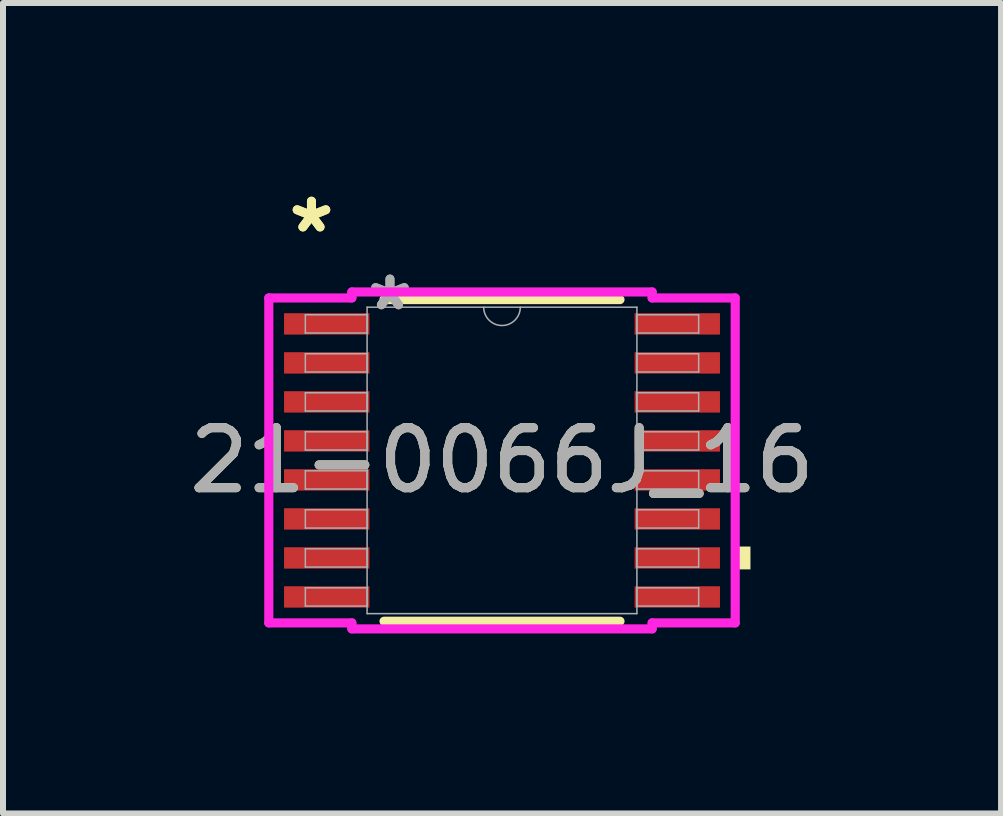
<source format=kicad_pcb>
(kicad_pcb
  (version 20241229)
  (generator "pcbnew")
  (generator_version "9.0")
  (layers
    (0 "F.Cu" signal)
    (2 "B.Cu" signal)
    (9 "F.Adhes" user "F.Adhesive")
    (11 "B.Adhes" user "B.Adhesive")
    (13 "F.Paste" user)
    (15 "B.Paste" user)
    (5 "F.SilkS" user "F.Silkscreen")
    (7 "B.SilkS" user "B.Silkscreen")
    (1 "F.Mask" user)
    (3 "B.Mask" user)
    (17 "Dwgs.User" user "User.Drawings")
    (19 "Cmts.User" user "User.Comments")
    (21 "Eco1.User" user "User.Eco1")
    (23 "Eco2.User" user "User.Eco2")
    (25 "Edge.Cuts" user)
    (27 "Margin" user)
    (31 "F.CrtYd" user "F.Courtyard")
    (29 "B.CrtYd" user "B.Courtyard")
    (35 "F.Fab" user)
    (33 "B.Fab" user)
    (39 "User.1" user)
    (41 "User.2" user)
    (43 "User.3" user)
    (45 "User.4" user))
  (footprint "21-0066J_16"
    (layer "F.Cu")
    (at 5.315 4.622)
    (property "Reference" "21-0066J_16" (at 0 0 0) (unlocked yes) (layer "F.SilkS") (effects (font (size 1 1) (thickness 0.15))))
    (attr smd)
    (fp_line (start -1.966 2.68) (end 1.966 2.68) (stroke (width 0.152) (type solid)) (layer "F.SilkS"))
    (fp_line (start 1.966 -2.68) (end -1.966 -2.68) (stroke (width 0.152) (type solid)) (layer "F.SilkS"))
    (fp_poly (pts (xy 4.14 1.435) (xy 4.14 1.816) (xy 3.886 1.816) (xy 3.886 1.435)) (stroke (width 0) (type solid)) (fill yes) (layer "F.SilkS"))
    (fp_line (start -3.886 -2.707) (end -2.502 -2.707) (stroke (width 0.152) (type solid)) (layer "F.CrtYd"))
    (fp_line (start -3.886 2.707) (end -3.886 -2.707) (stroke (width 0.152) (type solid)) (layer "F.CrtYd"))
    (fp_line (start -3.886 2.707) (end -2.502 2.707) (stroke (width 0.152) (type solid)) (layer "F.CrtYd"))
    (fp_line (start -2.502 -2.807) (end 2.502 -2.807) (stroke (width 0.152) (type solid)) (layer "F.CrtYd"))
    (fp_line (start -2.502 -2.707) (end -2.502 -2.807) (stroke (width 0.152) (type solid)) (layer "F.CrtYd"))
    (fp_line (start -2.502 2.807) (end -2.502 2.707) (stroke (width 0.152) (type solid)) (layer "F.CrtYd"))
    (fp_line (start 2.502 -2.807) (end 2.502 -2.707) (stroke (width 0.152) (type solid)) (layer "F.CrtYd"))
    (fp_line (start 2.502 2.707) (end 2.502 2.807) (stroke (width 0.152) (type solid)) (layer "F.CrtYd"))
    (fp_line (start 2.502 2.807) (end -2.502 2.807) (stroke (width 0.152) (type solid)) (layer "F.CrtYd"))
    (fp_line (start 3.886 -2.707) (end 2.502 -2.707) (stroke (width 0.152) (type solid)) (layer "F.CrtYd"))
    (fp_line (start 3.886 -2.707) (end 3.886 2.707) (stroke (width 0.152) (type solid)) (layer "F.CrtYd"))
    (fp_line (start 3.886 2.707) (end 2.502 2.707) (stroke (width 0.152) (type solid)) (layer "F.CrtYd"))
    (fp_line (start -3.277 -2.427) (end -3.277 -2.123) (stroke (width 0.025) (type solid)) (layer "F.Fab"))
    (fp_line (start -3.277 -2.123) (end -2.248 -2.123) (stroke (width 0.025) (type solid)) (layer "F.Fab"))
    (fp_line (start -3.277 -1.777) (end -3.277 -1.473) (stroke (width 0.025) (type solid)) (layer "F.Fab"))
    (fp_line (start -3.277 -1.473) (end -2.248 -1.473) (stroke (width 0.025) (type solid)) (layer "F.Fab"))
    (fp_line (start -3.277 -1.127) (end -3.277 -0.823) (stroke (width 0.025) (type solid)) (layer "F.Fab"))
    (fp_line (start -3.277 -0.823) (end -2.248 -0.823) (stroke (width 0.025) (type solid)) (layer "F.Fab"))
    (fp_line (start -3.277 -0.477) (end -3.277 -0.173) (stroke (width 0.025) (type solid)) (layer "F.Fab"))
    (fp_line (start -3.277 -0.173) (end -2.248 -0.173) (stroke (width 0.025) (type solid)) (layer "F.Fab"))
    (fp_line (start -3.277 0.173) (end -3.277 0.477) (stroke (width 0.025) (type solid)) (layer "F.Fab"))
    (fp_line (start -3.277 0.477) (end -2.248 0.477) (stroke (width 0.025) (type solid)) (layer "F.Fab"))
    (fp_line (start -3.277 0.823) (end -3.277 1.127) (stroke (width 0.025) (type solid)) (layer "F.Fab"))
    (fp_line (start -3.277 1.127) (end -2.248 1.127) (stroke (width 0.025) (type solid)) (layer "F.Fab"))
    (fp_line (start -3.277 1.473) (end -3.277 1.777) (stroke (width 0.025) (type solid)) (layer "F.Fab"))
    (fp_line (start -3.277 1.777) (end -2.248 1.777) (stroke (width 0.025) (type solid)) (layer "F.Fab"))
    (fp_line (start -3.277 2.123) (end -3.277 2.427) (stroke (width 0.025) (type solid)) (layer "F.Fab"))
    (fp_line (start -3.277 2.427) (end -2.248 2.427) (stroke (width 0.025) (type solid)) (layer "F.Fab"))
    (fp_line (start -2.248 -2.553) (end -2.248 2.553) (stroke (width 0.025) (type solid)) (layer "F.Fab"))
    (fp_line (start -2.248 -2.427) (end -3.277 -2.427) (stroke (width 0.025) (type solid)) (layer "F.Fab"))
    (fp_line (start -2.248 -2.123) (end -2.248 -2.427) (stroke (width 0.025) (type solid)) (layer "F.Fab"))
    (fp_line (start -2.248 -1.777) (end -3.277 -1.777) (stroke (width 0.025) (type solid)) (layer "F.Fab"))
    (fp_line (start -2.248 -1.473) (end -2.248 -1.777) (stroke (width 0.025) (type solid)) (layer "F.Fab"))
    (fp_line (start -2.248 -1.127) (end -3.277 -1.127) (stroke (width 0.025) (type solid)) (layer "F.Fab"))
    (fp_line (start -2.248 -0.823) (end -2.248 -1.127) (stroke (width 0.025) (type solid)) (layer "F.Fab"))
    (fp_line (start -2.248 -0.477) (end -3.277 -0.477) (stroke (width 0.025) (type solid)) (layer "F.Fab"))
    (fp_line (start -2.248 -0.173) (end -2.248 -0.477) (stroke (width 0.025) (type solid)) (layer "F.Fab"))
    (fp_line (start -2.248 0.173) (end -3.277 0.173) (stroke (width 0.025) (type solid)) (layer "F.Fab"))
    (fp_line (start -2.248 0.477) (end -2.248 0.173) (stroke (width 0.025) (type solid)) (layer "F.Fab"))
    (fp_line (start -2.248 0.823) (end -3.277 0.823) (stroke (width 0.025) (type solid)) (layer "F.Fab"))
    (fp_line (start -2.248 1.127) (end -2.248 0.823) (stroke (width 0.025) (type solid)) (layer "F.Fab"))
    (fp_line (start -2.248 1.473) (end -3.277 1.473) (stroke (width 0.025) (type solid)) (layer "F.Fab"))
    (fp_line (start -2.248 1.777) (end -2.248 1.473) (stroke (width 0.025) (type solid)) (layer "F.Fab"))
    (fp_line (start -2.248 2.123) (end -3.277 2.123) (stroke (width 0.025) (type solid)) (layer "F.Fab"))
    (fp_line (start -2.248 2.427) (end -2.248 2.123) (stroke (width 0.025) (type solid)) (layer "F.Fab"))
    (fp_line (start -2.248 2.553) (end 2.248 2.553) (stroke (width 0.025) (type solid)) (layer "F.Fab"))
    (fp_line (start 2.248 -2.553) (end -2.248 -2.553) (stroke (width 0.025) (type solid)) (layer "F.Fab"))
    (fp_line (start 2.248 -2.427) (end 2.248 -2.123) (stroke (width 0.025) (type solid)) (layer "F.Fab"))
    (fp_line (start 2.248 -2.123) (end 3.277 -2.123) (stroke (width 0.025) (type solid)) (layer "F.Fab"))
    (fp_line (start 2.248 -1.777) (end 2.248 -1.473) (stroke (width 0.025) (type solid)) (layer "F.Fab"))
    (fp_line (start 2.248 -1.473) (end 3.277 -1.473) (stroke (width 0.025) (type solid)) (layer "F.Fab"))
    (fp_line (start 2.248 -1.127) (end 2.248 -0.823) (stroke (width 0.025) (type solid)) (layer "F.Fab"))
    (fp_line (start 2.248 -0.823) (end 3.277 -0.823) (stroke (width 0.025) (type solid)) (layer "F.Fab"))
    (fp_line (start 2.248 -0.477) (end 2.248 -0.173) (stroke (width 0.025) (type solid)) (layer "F.Fab"))
    (fp_line (start 2.248 -0.173) (end 3.277 -0.173) (stroke (width 0.025) (type solid)) (layer "F.Fab"))
    (fp_line (start 2.248 0.173) (end 2.248 0.477) (stroke (width 0.025) (type solid)) (layer "F.Fab"))
    (fp_line (start 2.248 0.477) (end 3.277 0.477) (stroke (width 0.025) (type solid)) (layer "F.Fab"))
    (fp_line (start 2.248 0.823) (end 2.248 1.127) (stroke (width 0.025) (type solid)) (layer "F.Fab"))
    (fp_line (start 2.248 1.127) (end 3.277 1.127) (stroke (width 0.025) (type solid)) (layer "F.Fab"))
    (fp_line (start 2.248 1.473) (end 2.248 1.777) (stroke (width 0.025) (type solid)) (layer "F.Fab"))
    (fp_line (start 2.248 1.777) (end 3.277 1.777) (stroke (width 0.025) (type solid)) (layer "F.Fab"))
    (fp_line (start 2.248 2.123) (end 2.248 2.427) (stroke (width 0.025) (type solid)) (layer "F.Fab"))
    (fp_line (start 2.248 2.427) (end 3.277 2.427) (stroke (width 0.025) (type solid)) (layer "F.Fab"))
    (fp_line (start 2.248 2.553) (end 2.248 -2.553) (stroke (width 0.025) (type solid)) (layer "F.Fab"))
    (fp_line (start 3.277 -2.427) (end 2.248 -2.427) (stroke (width 0.025) (type solid)) (layer "F.Fab"))
    (fp_line (start 3.277 -2.123) (end 3.277 -2.427) (stroke (width 0.025) (type solid)) (layer "F.Fab"))
    (fp_line (start 3.277 -1.777) (end 2.248 -1.777) (stroke (width 0.025) (type solid)) (layer "F.Fab"))
    (fp_line (start 3.277 -1.473) (end 3.277 -1.777) (stroke (width 0.025) (type solid)) (layer "F.Fab"))
    (fp_line (start 3.277 -1.127) (end 2.248 -1.127) (stroke (width 0.025) (type solid)) (layer "F.Fab"))
    (fp_line (start 3.277 -0.823) (end 3.277 -1.127) (stroke (width 0.025) (type solid)) (layer "F.Fab"))
    (fp_line (start 3.277 -0.477) (end 2.248 -0.477) (stroke (width 0.025) (type solid)) (layer "F.Fab"))
    (fp_line (start 3.277 -0.173) (end 3.277 -0.477) (stroke (width 0.025) (type solid)) (layer "F.Fab"))
    (fp_line (start 3.277 0.173) (end 2.248 0.173) (stroke (width 0.025) (type solid)) (layer "F.Fab"))
    (fp_line (start 3.277 0.477) (end 3.277 0.173) (stroke (width 0.025) (type solid)) (layer "F.Fab"))
    (fp_line (start 3.277 0.823) (end 2.248 0.823) (stroke (width 0.025) (type solid)) (layer "F.Fab"))
    (fp_line (start 3.277 1.127) (end 3.277 0.823) (stroke (width 0.025) (type solid)) (layer "F.Fab"))
    (fp_line (start 3.277 1.473) (end 2.248 1.473) (stroke (width 0.025) (type solid)) (layer "F.Fab"))
    (fp_line (start 3.277 1.777) (end 3.277 1.473) (stroke (width 0.025) (type solid)) (layer "F.Fab"))
    (fp_line (start 3.277 2.123) (end 2.248 2.123) (stroke (width 0.025) (type solid)) (layer "F.Fab"))
    (fp_line (start 3.277 2.427) (end 3.277 2.123) (stroke (width 0.025) (type solid)) (layer "F.Fab"))
    (fp_arc (start 0.3048 -2.5527) (mid 0 -2.2479) (end -0.3048 -2.5527) (stroke (width 0.0254) (type solid)) (layer "F.Fab"))
    (fp_text user "*" (at -3.175 -3.774 0) (layer "F.SilkS") (effects (font (size 1 1) (thickness 0.15))))
    (fp_text user "*" (at -3.175 -3.774 0) (unlocked yes) (layer "F.SilkS") (effects (font (size 1 1) (thickness 0.15))))
    (fp_text user "*" (at -1.867 -2.477 0) (unlocked yes) (layer "F.Fab") (effects (font (size 1 1) (thickness 0.15))))
    (fp_text user "*" (at -1.867 -2.477 0) (layer "F.Fab") (effects (font (size 1 1) (thickness 0.15))))
    (fp_text user "${REFERENCE}" (at 0 0 0) (unlocked yes) (layer "F.Fab") (effects (font (size 1 1) (thickness 0.15))))
    (pad "1" smd rect (at -2.921 -2.275) (size 1.422 0.356) (layers "F.Cu" "F.Mask" "F.Paste"))
    (pad "2" smd rect (at -2.921 -1.625) (size 1.422 0.356) (layers "F.Cu" "F.Mask" "F.Paste"))
    (pad "3" smd rect (at -2.921 -0.975) (size 1.422 0.356) (layers "F.Cu" "F.Mask" "F.Paste"))
    (pad "4" smd rect (at -2.921 -0.325) (size 1.422 0.356) (layers "F.Cu" "F.Mask" "F.Paste"))
    (pad "5" smd rect (at -2.921 0.325) (size 1.422 0.356) (layers "F.Cu" "F.Mask" "F.Paste"))
    (pad "6" smd rect (at -2.921 0.975) (size 1.422 0.356) (layers "F.Cu" "F.Mask" "F.Paste"))
    (pad "7" smd rect (at -2.921 1.625) (size 1.422 0.356) (layers "F.Cu" "F.Mask" "F.Paste"))
    (pad "8" smd rect (at -2.921 2.275) (size 1.422 0.356) (layers "F.Cu" "F.Mask" "F.Paste"))
    (pad "9" smd rect (at 2.921 2.275) (size 1.422 0.356) (layers "F.Cu" "F.Mask" "F.Paste"))
    (pad "10" smd rect (at 2.921 1.625) (size 1.422 0.356) (layers "F.Cu" "F.Mask" "F.Paste"))
    (pad "11" smd rect (at 2.921 0.975) (size 1.422 0.356) (layers "F.Cu" "F.Mask" "F.Paste"))
    (pad "12" smd rect (at 2.921 0.325) (size 1.422 0.356) (layers "F.Cu" "F.Mask" "F.Paste"))
    (pad "13" smd rect (at 2.921 -0.325) (size 1.422 0.356) (layers "F.Cu" "F.Mask" "F.Paste"))
    (pad "14" smd rect (at 2.921 -0.975) (size 1.422 0.356) (layers "F.Cu" "F.Mask" "F.Paste"))
    (pad "15" smd rect (at 2.921 -1.625) (size 1.422 0.356) (layers "F.Cu" "F.Mask" "F.Paste"))
    (pad "16" smd rect (at 2.921 -2.275) (size 1.422 0.356) (layers "F.Cu" "F.Mask" "F.Paste")))
  (gr_rect
    (start -3 -3)
    (end 13.631 10.505)
    (stroke (width 0.1) (type default))
    (fill no)
    (layer "Edge.Cuts")))
</source>
